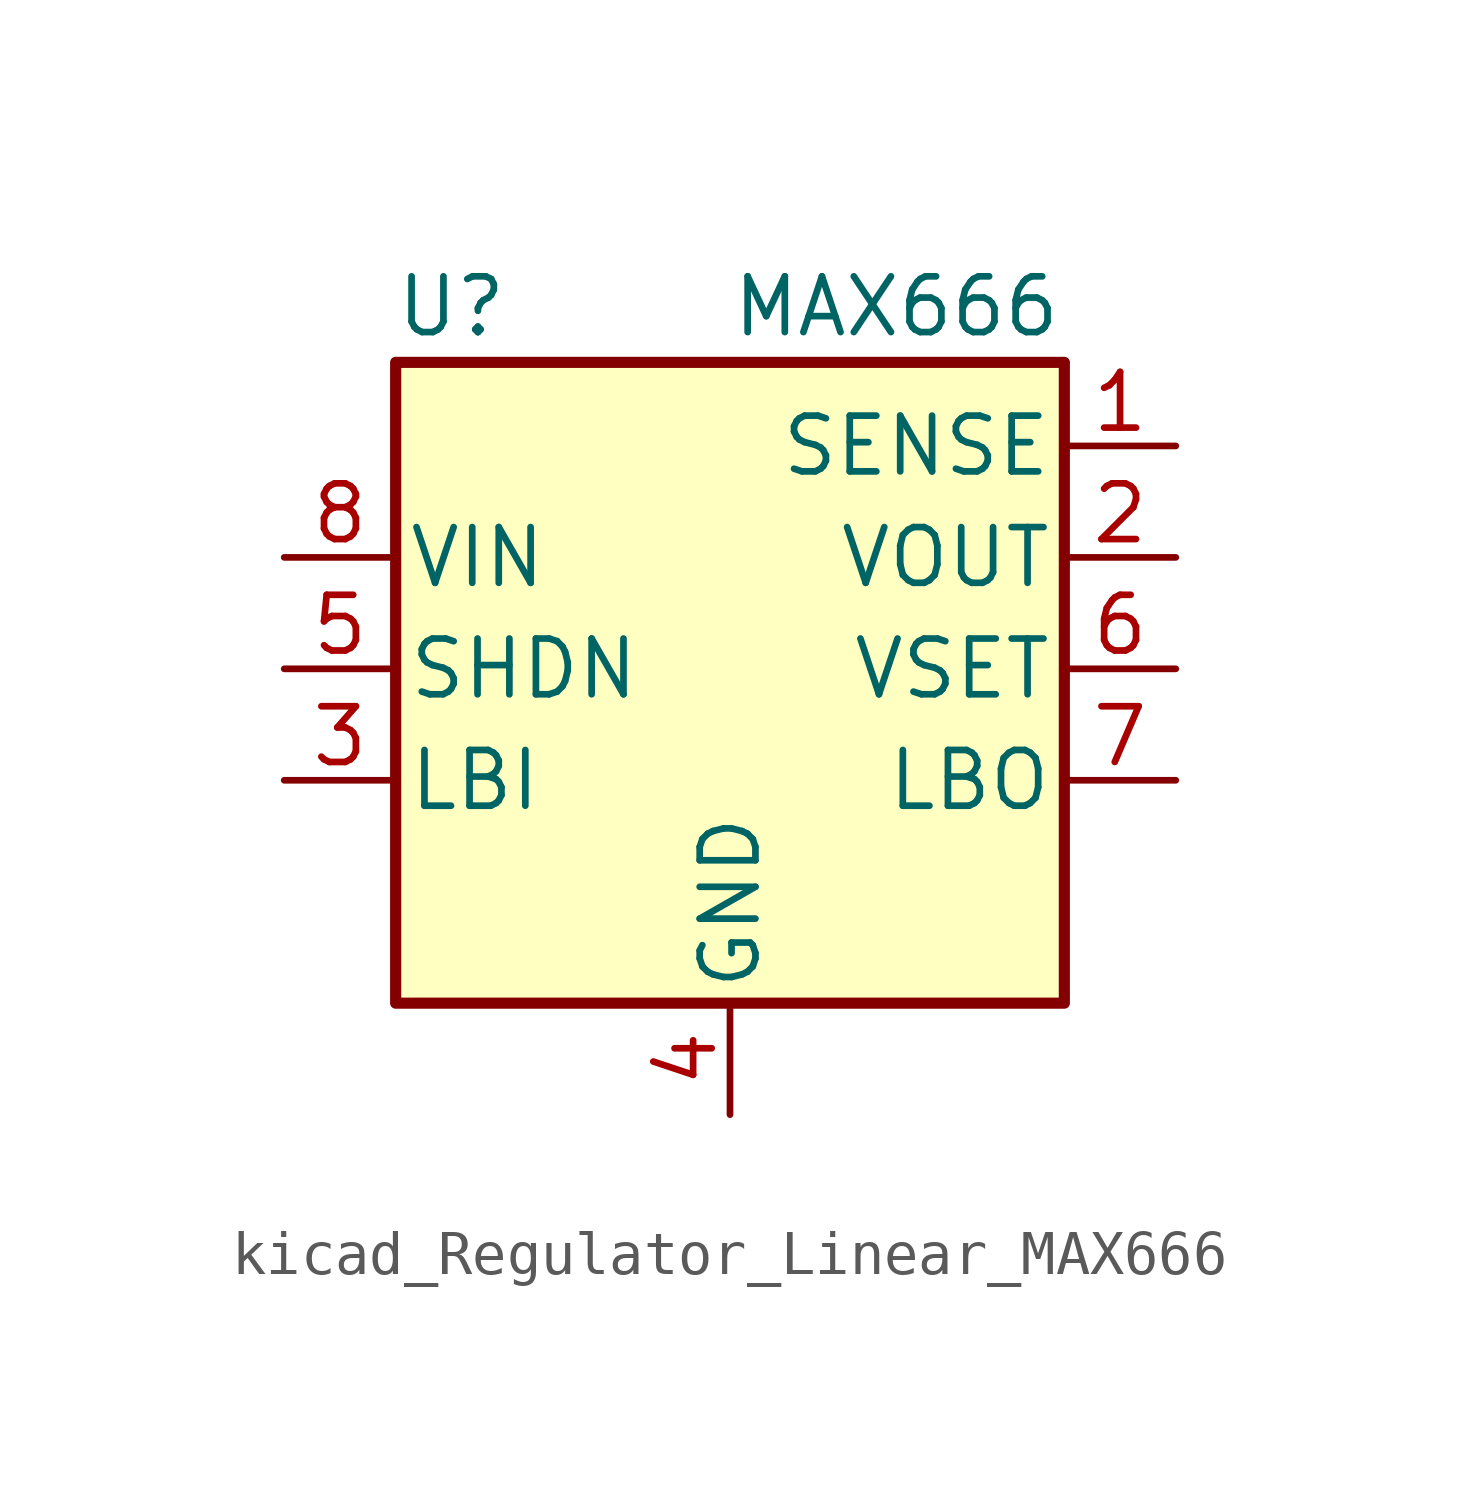
<source format=kicad_sym>
(kicad_symbol_lib
  (version 20220914)
  (generator kicad_symbol_editor)
  (symbol "kicad_Regulator_Linear_MAX666"
    (pin_names
      (offset 0.254))
    (property "Reference" "U"
      (at -6.35 8.255 0)
      (effects (font (size 1.27 1.27))))
    (property "Value" "MAX666"
      (at 0 8.255 0)
      (effects (font (size 1.27 1.27)) (justify left)))
    (symbol "kicad_Regulator_Linear_MAX666_0_1"
      (rectangle (start -7.62 -7.62) (end 7.62 6.985) (stroke (width 0.254) (type default)) (fill (type background))))
    (symbol "kicad_Regulator_Linear_MAX666_1_1"
      (pin input line (at 10.16 5.08 180) (length 2.54) (name "SENSE" (effects (font (size 1.27 1.27)))) (number "1" (effects (font (size 1.27 1.27)))))
      (pin power_out line (at 10.16 2.54 180) (length 2.54) (name "VOUT" (effects (font (size 1.27 1.27)))) (number "2" (effects (font (size 1.27 1.27)))))
      (pin input line (at -10.16 -2.54 0) (length 2.54) (name "LBI" (effects (font (size 1.27 1.27)))) (number "3" (effects (font (size 1.27 1.27)))))
      (pin power_in line (at 0 -10.16 90) (length 2.54) (name "GND" (effects (font (size 1.27 1.27)))) (number "4" (effects (font (size 1.27 1.27)))))
      (pin input line (at -10.16 0 0) (length 2.54) (name "SHDN" (effects (font (size 1.27 1.27)))) (number "5" (effects (font (size 1.27 1.27)))))
      (pin input line (at 10.16 0 180) (length 2.54) (name "VSET" (effects (font (size 1.27 1.27)))) (number "6" (effects (font (size 1.27 1.27)))))
      (pin output line (at 10.16 -2.54 180) (length 2.54) (name "LBO" (effects (font (size 1.27 1.27)))) (number "7" (effects (font (size 1.27 1.27)))))
      (pin power_in line (at -10.16 2.54 0) (length 2.54) (name "VIN" (effects (font (size 1.27 1.27)))) (number "8" (effects (font (size 1.27 1.27))))))))
</source>
